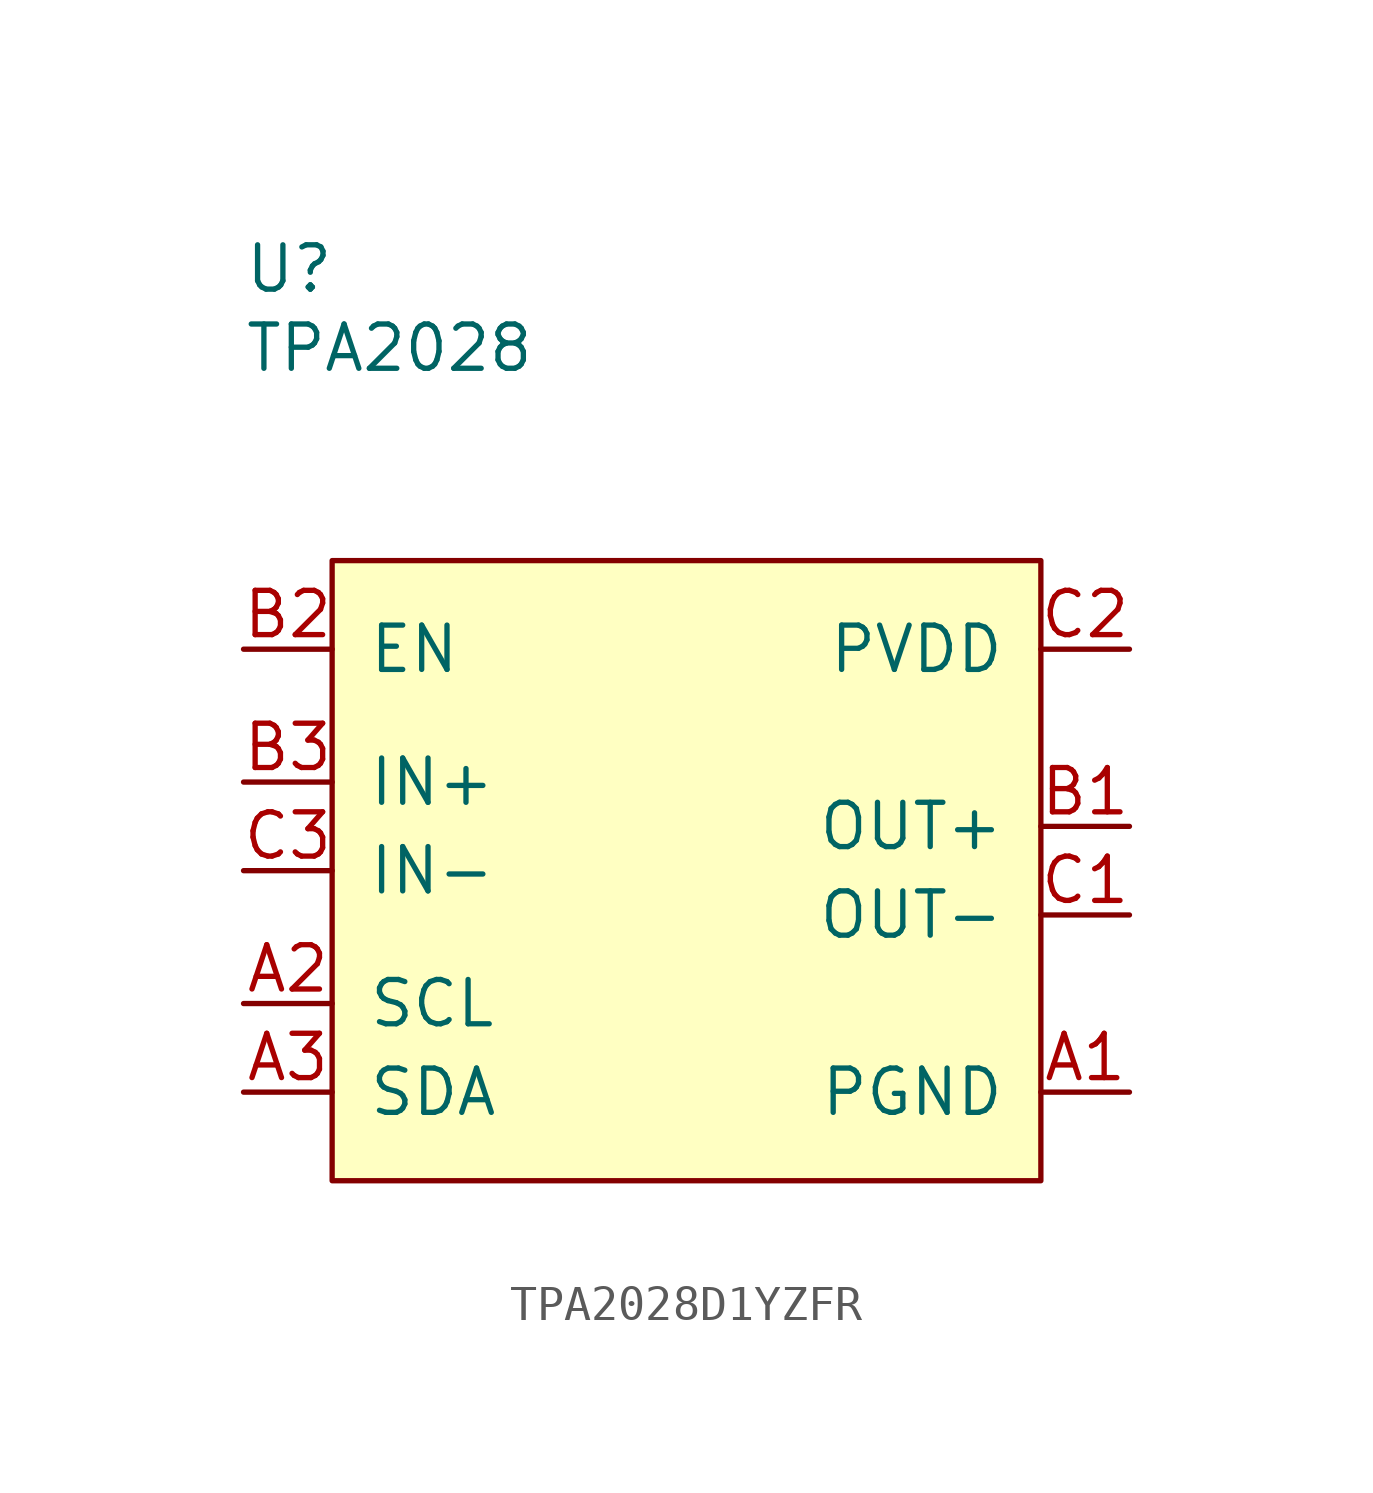
<source format=kicad_sym>
(kicad_symbol_lib
  (version 20240819)
  (generator "kicad_symbol_editor")
  (generator_version "8.99")
  (symbol "TPA2028D1YZFR"
    (pin_names
      (offset 1.016))
    (property "Reference" "U"
      (at -12.7 16.51 0)
      (effects (font (size 1.27 1.27)) (justify left bottom)))
    (property "Value" "TPA2028"
      (at -12.7 14.24 0)
      (effects (font (size 1.27 1.27)) (justify left bottom)))
    (symbol "TPA2028D1YZFR_0_0"
      (pin input line (at -12.7 6.35 0) (length 2.54) (name "EN" (effects (font (size 1.27 1.27)))) (number "B2" (effects (font (size 1.27 1.27)))))
      (pin input line (at -12.7 2.54 0) (length 2.54) (name "IN+" (effects (font (size 1.27 1.27)))) (number "B3" (effects (font (size 1.27 1.27)))))
      (pin input line (at -12.7 0 0) (length 2.54) (name "IN-" (effects (font (size 1.27 1.27)))) (number "C3" (effects (font (size 1.27 1.27)))))
      (pin input line (at -12.7 -3.81 0) (length 2.54) (name "SCL" (effects (font (size 1.27 1.27)))) (number "A2" (effects (font (size 1.27 1.27)))))
      (pin bidirectional line (at -12.7 -6.35 0) (length 2.54) (name "SDA" (effects (font (size 1.27 1.27)))) (number "A3" (effects (font (size 1.27 1.27)))))
      (pin power_in line (at 12.7 6.35 180) (length 2.54) (name "PVDD" (effects (font (size 1.27 1.27)))) (number "C2" (effects (font (size 1.27 1.27)))))
      (pin output line (at 12.7 1.27 180) (length 2.54) (name "OUT+" (effects (font (size 1.27 1.27)))) (number "B1" (effects (font (size 1.27 1.27)))))
      (pin output line (at 12.7 -1.27 180) (length 2.54) (name "OUT-" (effects (font (size 1.27 1.27)))) (number "C1" (effects (font (size 1.27 1.27)))))
      (pin power_in line (at 12.7 -6.35 180) (length 2.54) (name "PGND" (effects (font (size 1.27 1.27)))) (number "A1" (effects (font (size 1.27 1.27))))))
    (symbol "TPA2028D1YZFR_1_1"
      (rectangle (start -10.16 8.89) (end 10.16 -8.89) (stroke (width 0) (type default)) (fill (type background))))))
</source>
